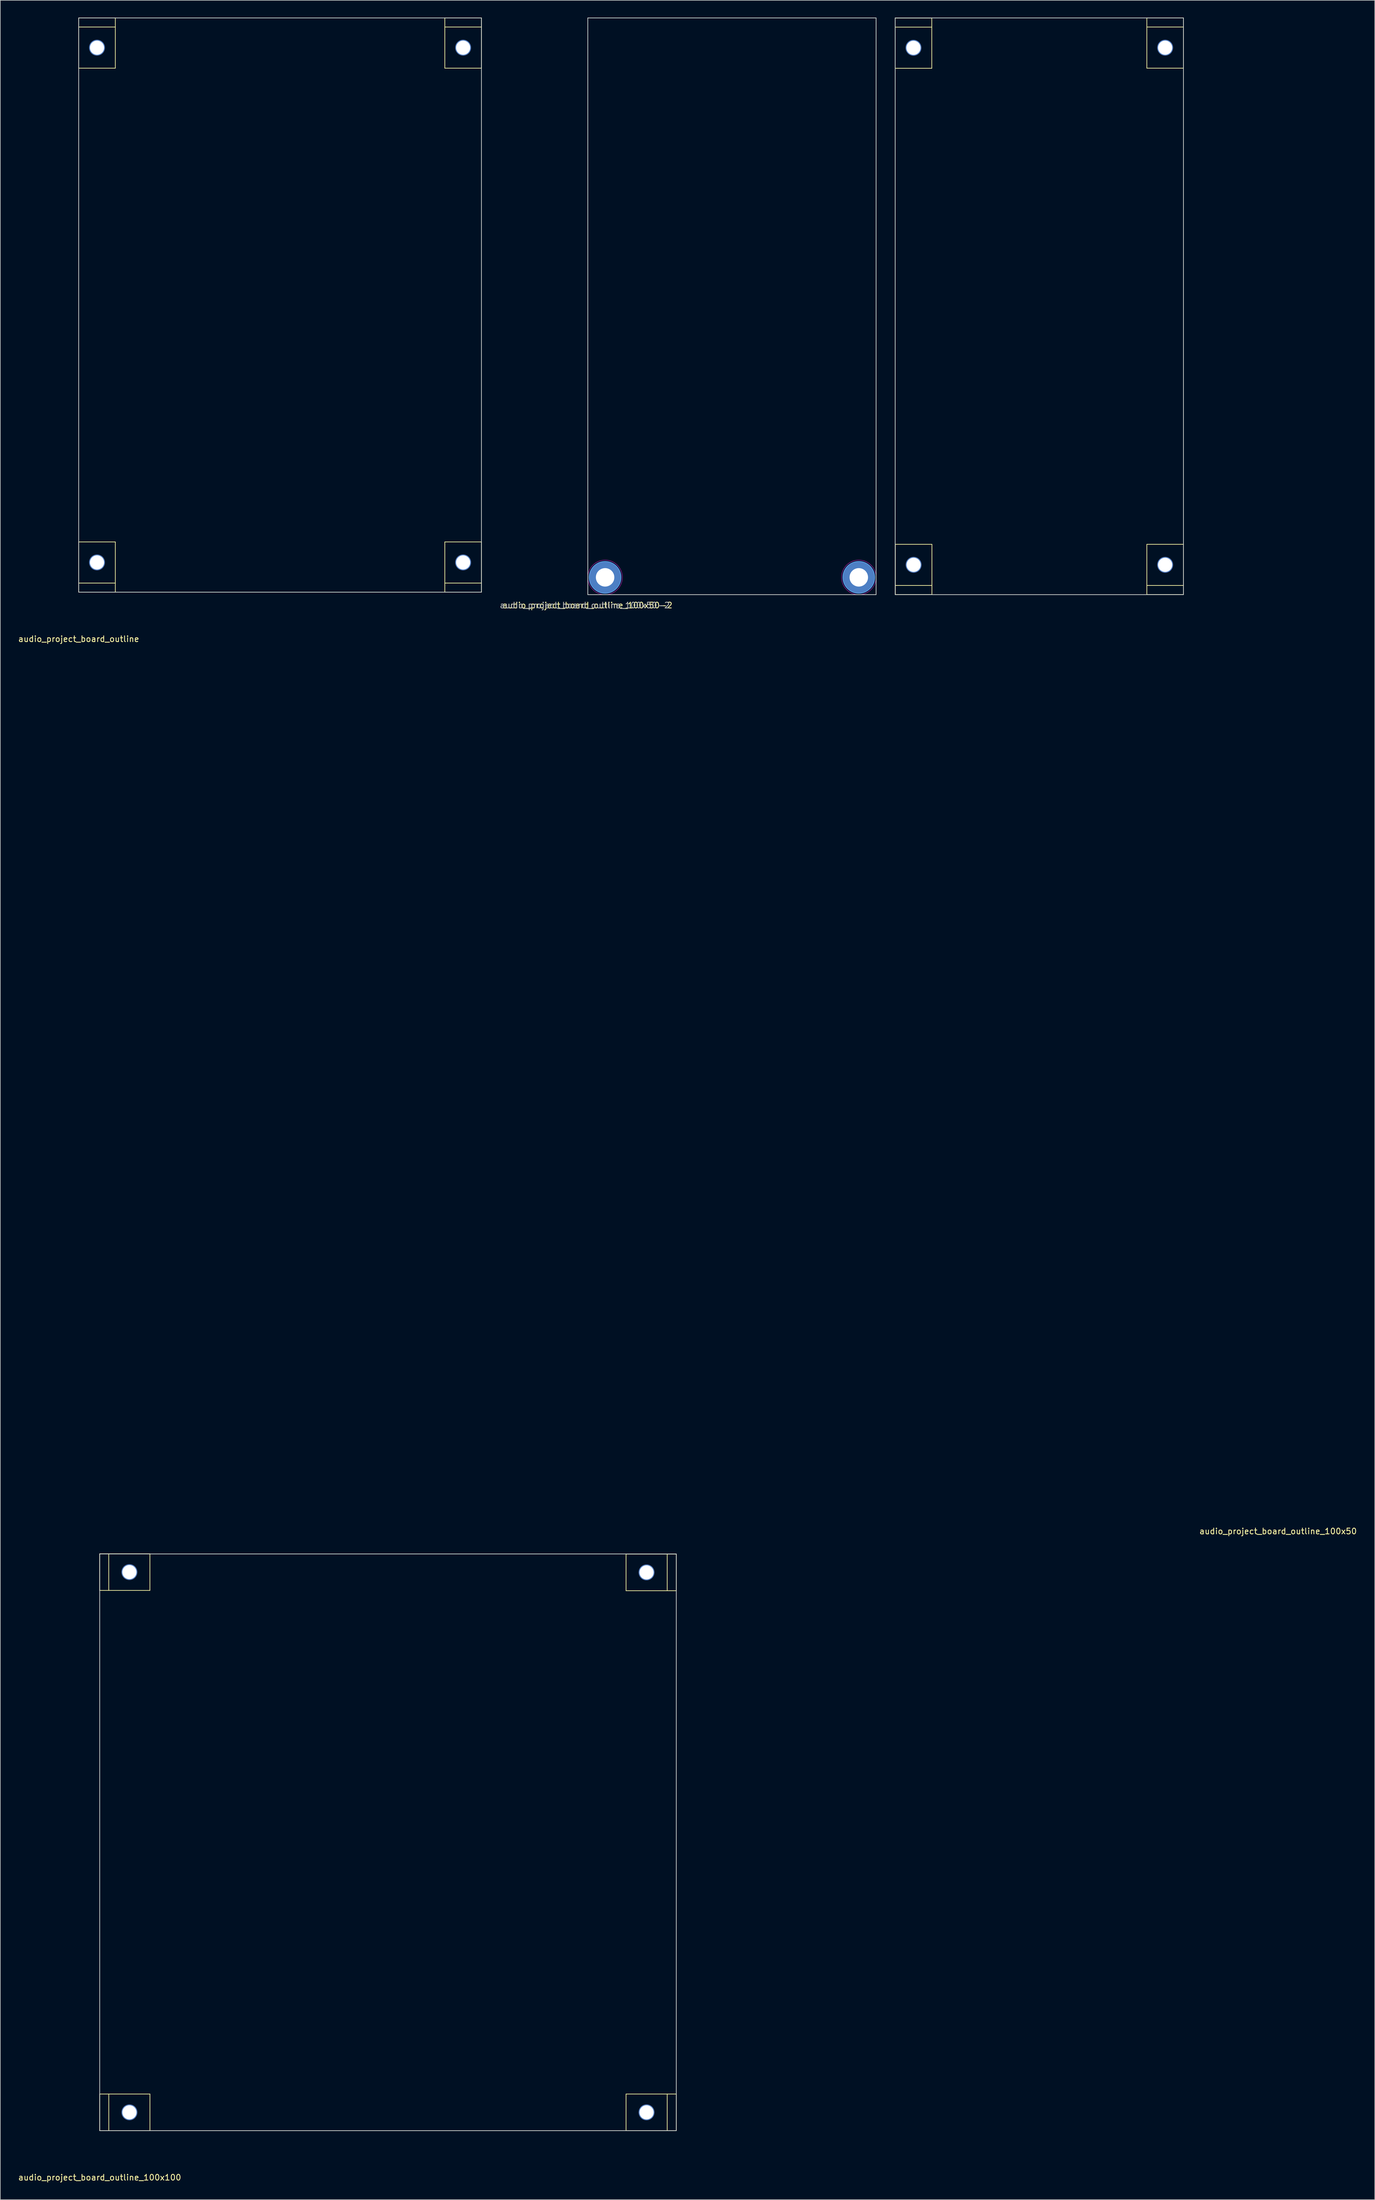
<source format=kicad_pcb>
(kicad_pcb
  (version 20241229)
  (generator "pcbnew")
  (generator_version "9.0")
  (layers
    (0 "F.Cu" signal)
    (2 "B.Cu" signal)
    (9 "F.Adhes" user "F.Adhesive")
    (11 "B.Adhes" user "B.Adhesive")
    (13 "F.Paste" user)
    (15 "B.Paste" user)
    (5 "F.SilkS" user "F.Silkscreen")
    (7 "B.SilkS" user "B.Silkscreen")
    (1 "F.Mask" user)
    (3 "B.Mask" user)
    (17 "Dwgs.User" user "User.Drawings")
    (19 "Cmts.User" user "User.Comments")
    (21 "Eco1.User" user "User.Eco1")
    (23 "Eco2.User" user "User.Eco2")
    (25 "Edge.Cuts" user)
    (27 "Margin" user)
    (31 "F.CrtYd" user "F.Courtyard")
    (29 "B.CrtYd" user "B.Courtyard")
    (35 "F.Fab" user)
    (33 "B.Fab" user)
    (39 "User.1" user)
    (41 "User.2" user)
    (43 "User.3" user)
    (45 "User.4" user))
  (footprint "audio_project_board_outline_100x50-2"
    (layer "F.Cu")
    (at 98.899 100.06)
    (property "Reference" "audio_project_board_outline_100x50-2" (at -0.075 1.85 180) (layer "F.SilkS") (effects (font (size 1 1) (thickness 0.15))))
    (attr through_hole exclude_from_bom)
    (fp_circle (center 3 -3) (end 5.75 -3) (stroke (width 0.15) (type solid)) (fill no) (layer "Cmts.User"))
    (fp_circle (center 47 -3) (end 49.75 -3) (stroke (width 0.15) (type solid)) (fill no) (layer "Cmts.User"))
    (fp_line (start 0 -100) (end 50 -100) (stroke (width 0.12) (type solid)) (layer "Edge.Cuts"))
    (fp_line (start 0 0) (end 0 -100) (stroke (width 0.12) (type solid)) (layer "Edge.Cuts"))
    (fp_line (start 0 0) (end 50 0) (stroke (width 0.12) (type solid)) (layer "Edge.Cuts"))
    (fp_line (start 50 0) (end 50 -100) (stroke (width 0.12) (type solid)) (layer "Edge.Cuts"))
    (fp_circle (center 3 -3) (end 6 -3) (stroke (width 0.05) (type solid)) (fill no) (layer "F.CrtYd"))
    (fp_circle (center 47 -3) (end 50 -3) (stroke (width 0.05) (type solid)) (fill no) (layer "F.CrtYd"))
    (fp_text user "${REFERENCE}" (at -0.525 1.85 0) (layer "F.Fab") (effects (font (size 1 1) (thickness 0.15))))
    (pad "1" thru_hole circle (at 3 -3) (size 5.5 5.5) (drill 3.2) (layers "*.Cu" "*.Mask"))
    (pad "1" thru_hole circle (at 47 -3) (size 5.5 5.5) (drill 3.2) (layers "*.Cu" "*.Mask")))
  (footprint "audio_project_board_outline"
    (layer "F.Cu")
    (at 10.601 99.628)
    (property "Reference" "audio_project_board_outline" (at 0 8.12 0) (layer "F.SilkS") (effects (font (size 1 1) (thickness 0.15))))
    (attr through_hole)
    (fp_line (start 0 -99.568) (end 0 -90.856) (stroke (width 0.12) (type solid)) (layer "F.SilkS"))
    (fp_line (start 0 -99.568) (end 6.35 -99.568) (stroke (width 0.12) (type solid)) (layer "F.SilkS"))
    (fp_line (start 0 -97.993) (end 6.35 -97.993) (stroke (width 0.12) (type solid)) (layer "F.SilkS"))
    (fp_line (start 0 -90.856) (end 6.35 -90.856) (stroke (width 0.12) (type solid)) (layer "F.SilkS"))
    (fp_line (start 0 0) (end 0 -8.712) (stroke (width 0.12) (type solid)) (layer "F.SilkS"))
    (fp_line (start 6.35 -99.568) (end 6.35 -90.856) (stroke (width 0.12) (type solid)) (layer "F.SilkS"))
    (fp_line (start 6.35 -8.712) (end 0 -8.712) (stroke (width 0.12) (type solid)) (layer "F.SilkS"))
    (fp_line (start 6.35 -1.575) (end 0 -1.575) (stroke (width 0.12) (type solid)) (layer "F.SilkS"))
    (fp_line (start 6.35 0) (end 0 0) (stroke (width 0.12) (type solid)) (layer "F.SilkS"))
    (fp_line (start 6.35 0) (end 6.35 -8.712) (stroke (width 0.12) (type solid)) (layer "F.SilkS"))
    (fp_line (start 63.5 -99.568) (end 63.5 -90.856) (stroke (width 0.12) (type solid)) (layer "F.SilkS"))
    (fp_line (start 63.5 -99.568) (end 69.85 -99.568) (stroke (width 0.12) (type solid)) (layer "F.SilkS"))
    (fp_line (start 63.5 -97.993) (end 69.85 -97.993) (stroke (width 0.12) (type solid)) (layer "F.SilkS"))
    (fp_line (start 63.5 -90.856) (end 69.85 -90.856) (stroke (width 0.12) (type solid)) (layer "F.SilkS"))
    (fp_line (start 63.5 0) (end 63.5 -8.712) (stroke (width 0.12) (type solid)) (layer "F.SilkS"))
    (fp_line (start 69.85 -99.568) (end 69.85 -90.856) (stroke (width 0.12) (type solid)) (layer "F.SilkS"))
    (fp_line (start 69.85 -8.712) (end 63.5 -8.712) (stroke (width 0.12) (type solid)) (layer "F.SilkS"))
    (fp_line (start 69.85 -1.575) (end 63.5 -1.575) (stroke (width 0.12) (type solid)) (layer "F.SilkS"))
    (fp_line (start 69.85 0) (end 63.5 0) (stroke (width 0.12) (type solid)) (layer "F.SilkS"))
    (fp_line (start 69.85 0) (end 69.85 -8.712) (stroke (width 0.12) (type solid)) (layer "F.SilkS"))
    (fp_line (start 0 -99.568) (end 69.85 -99.568) (stroke (width 0.12) (type solid)) (layer "Edge.Cuts"))
    (fp_line (start 0 0) (end 0 -99.568) (stroke (width 0.12) (type solid)) (layer "Edge.Cuts"))
    (fp_line (start 0 0) (end 69.85 0) (stroke (width 0.12) (type solid)) (layer "Edge.Cuts"))
    (fp_line (start 69.85 0) (end 69.85 -99.568) (stroke (width 0.12) (type solid)) (layer "Edge.Cuts"))
    (pad "1" thru_hole circle (at 3.175 -94.412 90) (size 2.75 2.75) (drill 2.45) (layers "*.Cu" "*.Mask"))
    (pad "1" thru_hole circle (at 3.175 -5.156 270) (size 2.75 2.75) (drill 2.45) (layers "*.Cu" "*.Mask"))
    (pad "1" thru_hole circle (at 66.675 -94.412 90) (size 2.75 2.75) (drill 2.45) (layers "*.Cu" "*.Mask"))
    (pad "1" thru_hole circle (at 66.675 -5.156 270) (size 2.75 2.75) (drill 2.45) (layers "*.Cu" "*.Mask")))
  (footprint "audio_project_board_outline_100x100"
    (layer "F.Cu")
    (at 14.244 366.395)
    (property "Reference" "audio_project_board_outline_100x100" (at 0 8.12 180) (layer "F.SilkS") (effects (font (size 1 1) (thickness 0.15))))
    (attr through_hole)
    (fp_line (start -0.006 -100.025) (end 8.706 -100.025) (stroke (width 0.12) (type solid)) (layer "F.SilkS"))
    (fp_line (start -0.006 -93.675) (end -0.006 -100.025) (stroke (width 0.12) (type solid)) (layer "F.SilkS"))
    (fp_line (start -0.006 -93.675) (end 8.706 -93.675) (stroke (width 0.12) (type solid)) (layer "F.SilkS"))
    (fp_line (start 0 -6.35) (end 8.712 -6.35) (stroke (width 0.12) (type solid)) (layer "F.SilkS"))
    (fp_line (start 0 0) (end 0 -6.35) (stroke (width 0.12) (type solid)) (layer "F.SilkS"))
    (fp_line (start 0 0) (end 8.712 0) (stroke (width 0.12) (type solid)) (layer "F.SilkS"))
    (fp_line (start 1.569 -93.675) (end 1.569 -100.025) (stroke (width 0.12) (type solid)) (layer "F.SilkS"))
    (fp_line (start 1.575 0) (end 1.575 -6.35) (stroke (width 0.12) (type solid)) (layer "F.SilkS"))
    (fp_line (start 8.706 -93.675) (end 8.706 -100.025) (stroke (width 0.12) (type solid)) (layer "F.SilkS"))
    (fp_line (start 8.712 0) (end 8.712 -6.35) (stroke (width 0.12) (type solid)) (layer "F.SilkS"))
    (fp_line (start 91.288 -99.975) (end 91.288 -93.625) (stroke (width 0.12) (type solid)) (layer "F.SilkS"))
    (fp_line (start 91.288 -6.35) (end 91.288 0) (stroke (width 0.12) (type solid)) (layer "F.SilkS"))
    (fp_line (start 98.425 -99.975) (end 98.425 -93.625) (stroke (width 0.12) (type solid)) (layer "F.SilkS"))
    (fp_line (start 98.425 -6.35) (end 98.425 0) (stroke (width 0.12) (type solid)) (layer "F.SilkS"))
    (fp_line (start 100 -99.975) (end 91.288 -99.975) (stroke (width 0.12) (type solid)) (layer "F.SilkS"))
    (fp_line (start 100 -99.975) (end 100 -93.625) (stroke (width 0.12) (type solid)) (layer "F.SilkS"))
    (fp_line (start 100 -93.625) (end 91.288 -93.625) (stroke (width 0.12) (type solid)) (layer "F.SilkS"))
    (fp_line (start 100 -6.35) (end 91.288 -6.35) (stroke (width 0.12) (type solid)) (layer "F.SilkS"))
    (fp_line (start 100 -6.35) (end 100 0) (stroke (width 0.12) (type solid)) (layer "F.SilkS"))
    (fp_line (start 100 0) (end 91.288 0) (stroke (width 0.12) (type solid)) (layer "F.SilkS"))
    (fp_line (start 0 -100) (end 100 -100) (stroke (width 0.12) (type solid)) (layer "Edge.Cuts"))
    (fp_line (start 0 0) (end 0 -100) (stroke (width 0.12) (type solid)) (layer "Edge.Cuts"))
    (fp_line (start 0 0) (end 100 0) (stroke (width 0.12) (type solid)) (layer "Edge.Cuts"))
    (fp_line (start 100 0) (end 100 -100) (stroke (width 0.12) (type solid)) (layer "Edge.Cuts"))
    (pad "1" thru_hole circle (at 5.15 -96.85 180) (size 2.75 2.75) (drill 2.45) (layers "*.Cu" "*.Mask"))
    (pad "1" thru_hole circle (at 5.156 -3.175 180) (size 2.75 2.75) (drill 2.45) (layers "*.Cu" "*.Mask"))
    (pad "1" thru_hole circle (at 94.844 -96.8) (size 2.75 2.75) (drill 2.45) (layers "*.Cu" "*.Mask"))
    (pad "1" thru_hole circle (at 94.844 -3.175) (size 2.75 2.75) (drill 2.45) (layers "*.Cu" "*.Mask")))
  (footprint "audio_project_board_outline_100x50"
    (layer "F.Cu")
    (at 152.209 100.06)
    (property "Reference" "audio_project_board_outline_100x50" (at 66.414 162.401 180) (layer "F.SilkS") (effects (font (size 1 1) (thickness 0.15))))
    (attr through_hole)
    (fp_line (start 0 -99.981) (end 0 -91.269) (stroke (width 0.12) (type solid)) (layer "F.SilkS"))
    (fp_line (start 0 -99.981) (end 6.35 -99.981) (stroke (width 0.12) (type solid)) (layer "F.SilkS"))
    (fp_line (start 0 -98.406) (end 6.35 -98.406) (stroke (width 0.12) (type solid)) (layer "F.SilkS"))
    (fp_line (start 0 -91.269) (end 6.35 -91.269) (stroke (width 0.12) (type solid)) (layer "F.SilkS"))
    (fp_line (start 0.025 -0.019) (end 0.025 -8.731) (stroke (width 0.12) (type solid)) (layer "F.SilkS"))
    (fp_line (start 6.35 -99.981) (end 6.35 -91.269) (stroke (width 0.12) (type solid)) (layer "F.SilkS"))
    (fp_line (start 6.375 -8.731) (end 0.025 -8.731) (stroke (width 0.12) (type solid)) (layer "F.SilkS"))
    (fp_line (start 6.375 -1.594) (end 0.025 -1.594) (stroke (width 0.12) (type solid)) (layer "F.SilkS"))
    (fp_line (start 6.375 -0.019) (end 0.025 -0.019) (stroke (width 0.12) (type solid)) (layer "F.SilkS"))
    (fp_line (start 6.375 -0.019) (end 6.375 -8.731) (stroke (width 0.12) (type solid)) (layer "F.SilkS"))
    (fp_line (start 43.65 -100) (end 43.65 -91.288) (stroke (width 0.12) (type solid)) (layer "F.SilkS"))
    (fp_line (start 43.65 -100) (end 50 -100) (stroke (width 0.12) (type solid)) (layer "F.SilkS"))
    (fp_line (start 43.65 -98.425) (end 50 -98.425) (stroke (width 0.12) (type solid)) (layer "F.SilkS"))
    (fp_line (start 43.65 -91.288) (end 50 -91.288) (stroke (width 0.12) (type solid)) (layer "F.SilkS"))
    (fp_line (start 43.65 -0.019) (end 43.65 -8.731) (stroke (width 0.12) (type solid)) (layer "F.SilkS"))
    (fp_line (start 50 -100) (end 50 -91.288) (stroke (width 0.12) (type solid)) (layer "F.SilkS"))
    (fp_line (start 50 -8.731) (end 43.65 -8.731) (stroke (width 0.12) (type solid)) (layer "F.SilkS"))
    (fp_line (start 50 -1.594) (end 43.65 -1.594) (stroke (width 0.12) (type solid)) (layer "F.SilkS"))
    (fp_line (start 50 -0.019) (end 43.65 -0.019) (stroke (width 0.12) (type solid)) (layer "F.SilkS"))
    (fp_line (start 50 -0.019) (end 50 -8.731) (stroke (width 0.12) (type solid)) (layer "F.SilkS"))
    (fp_line (start 0 -100) (end 50 -100) (stroke (width 0.12) (type solid)) (layer "Edge.Cuts"))
    (fp_line (start 0 0) (end 0 -100) (stroke (width 0.12) (type solid)) (layer "Edge.Cuts"))
    (fp_line (start 0 0) (end 50 0) (stroke (width 0.12) (type solid)) (layer "Edge.Cuts"))
    (fp_line (start 50 0) (end 50 -100) (stroke (width 0.12) (type solid)) (layer "Edge.Cuts"))
    (pad "1" thru_hole circle (at 3.175 -94.825 90) (size 2.75 2.75) (drill 2.45) (layers "*.Cu" "*.Mask"))
    (pad "1" thru_hole circle (at 3.2 -5.175 270) (size 2.75 2.75) (drill 2.45) (layers "*.Cu" "*.Mask"))
    (pad "1" thru_hole circle (at 46.825 -94.844 90) (size 2.75 2.75) (drill 2.45) (layers "*.Cu" "*.Mask"))
    (pad "1" thru_hole circle (at 46.825 -5.175 270) (size 2.75 2.75) (drill 2.45) (layers "*.Cu" "*.Mask")))
  (gr_rect
    (start -3 -3)
    (end 235.391 378.363)
    (stroke (width 0.1) (type default))
    (fill no)
    (layer "Edge.Cuts")))
</source>
